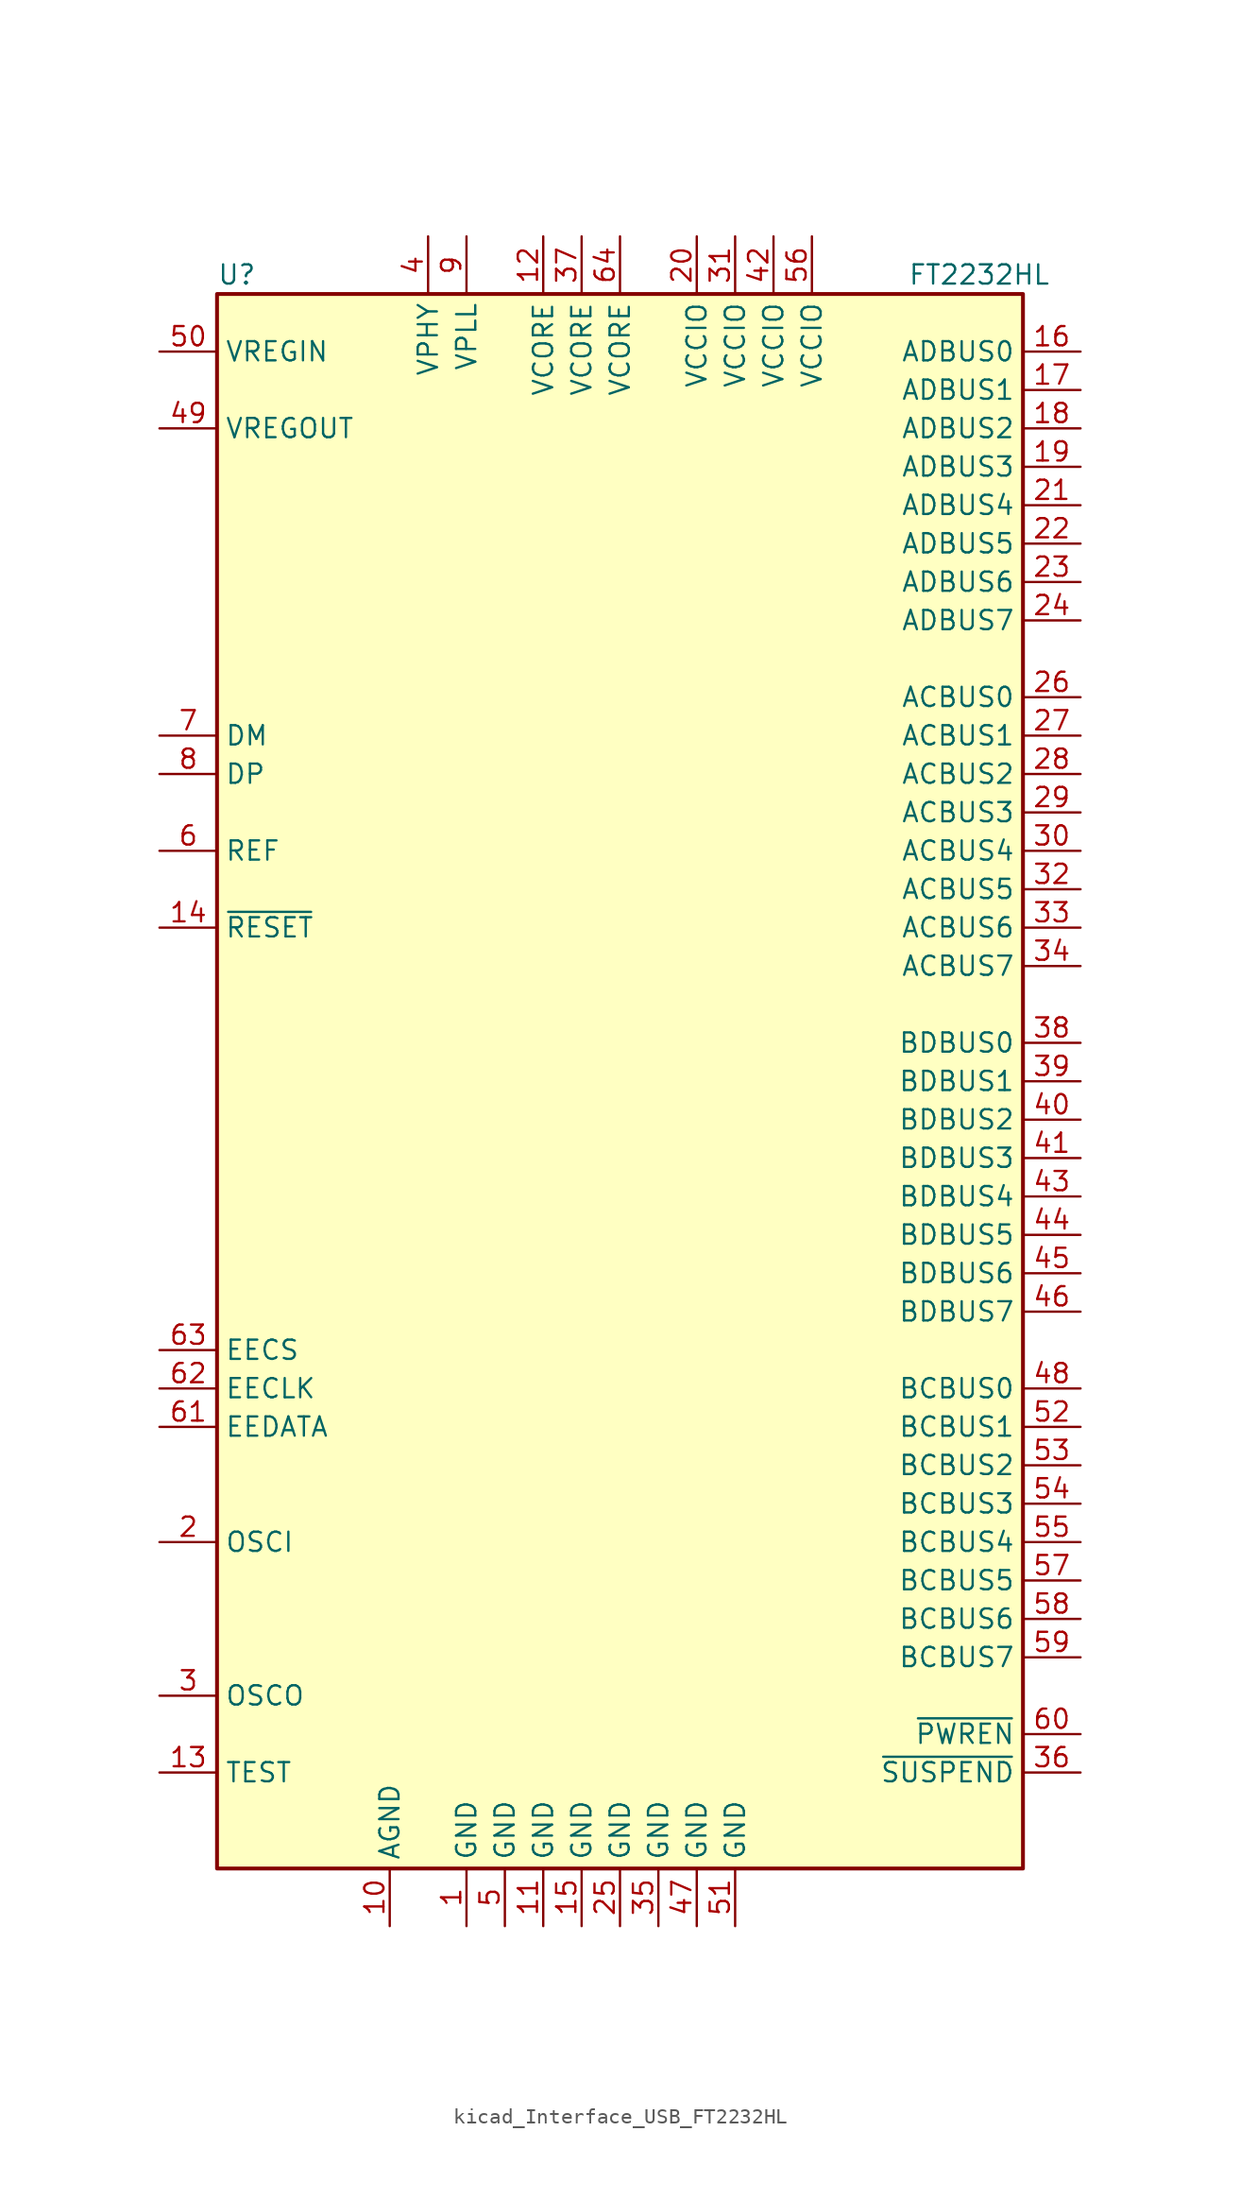
<source format=kicad_sym>
(kicad_symbol_lib
  (version 20220914)
  (generator kicad_symbol_editor)
  (symbol "kicad_Interface_USB_FT2232HL"
    (property "Reference" "U"
      (at -26.67 53.34 0)
      (effects (font (size 1.27 1.27)) (justify left)))
    (property "Value" "FT2232HL"
      (at 19.05 53.34 0)
      (effects (font (size 1.27 1.27)) (justify left)))
    (symbol "kicad_Interface_USB_FT2232HL_0_1"
      (rectangle (start -26.67 -52.07) (end 26.67 52.07) (stroke (width 0.254) (type default)) (fill (type background))))
    (symbol "kicad_Interface_USB_FT2232HL_1_1"
      (pin power_in line (at -10.16 -55.88 90) (length 3.81) (name "GND" (effects (font (size 1.27 1.27)))) (number "1" (effects (font (size 1.27 1.27)))))
      (pin power_in line (at -15.24 -55.88 90) (length 3.81) (name "AGND" (effects (font (size 1.27 1.27)))) (number "10" (effects (font (size 1.27 1.27)))))
      (pin power_in line (at -5.08 -55.88 90) (length 3.81) (name "GND" (effects (font (size 1.27 1.27)))) (number "11" (effects (font (size 1.27 1.27)))))
      (pin power_in line (at -5.08 55.88 270) (length 3.81) (name "VCORE" (effects (font (size 1.27 1.27)))) (number "12" (effects (font (size 1.27 1.27)))))
      (pin input line (at -30.48 -45.72 0) (length 3.81) (name "TEST" (effects (font (size 1.27 1.27)))) (number "13" (effects (font (size 1.27 1.27)))))
      (pin input line (at -30.48 10.16 0) (length 3.81) (name "~{RESET}" (effects (font (size 1.27 1.27)))) (number "14" (effects (font (size 1.27 1.27)))))
      (pin power_in line (at -2.54 -55.88 90) (length 3.81) (name "GND" (effects (font (size 1.27 1.27)))) (number "15" (effects (font (size 1.27 1.27)))))
      (pin bidirectional line (at 30.48 48.26 180) (length 3.81) (name "ADBUS0" (effects (font (size 1.27 1.27)))) (number "16" (effects (font (size 1.27 1.27)))))
      (pin bidirectional line (at 30.48 45.72 180) (length 3.81) (name "ADBUS1" (effects (font (size 1.27 1.27)))) (number "17" (effects (font (size 1.27 1.27)))))
      (pin bidirectional line (at 30.48 43.18 180) (length 3.81) (name "ADBUS2" (effects (font (size 1.27 1.27)))) (number "18" (effects (font (size 1.27 1.27)))))
      (pin bidirectional line (at 30.48 40.64 180) (length 3.81) (name "ADBUS3" (effects (font (size 1.27 1.27)))) (number "19" (effects (font (size 1.27 1.27)))))
      (pin input line (at -30.48 -30.48 0) (length 3.81) (name "OSCI" (effects (font (size 1.27 1.27)))) (number "2" (effects (font (size 1.27 1.27)))))
      (pin power_in line (at 5.08 55.88 270) (length 3.81) (name "VCCIO" (effects (font (size 1.27 1.27)))) (number "20" (effects (font (size 1.27 1.27)))))
      (pin bidirectional line (at 30.48 38.1 180) (length 3.81) (name "ADBUS4" (effects (font (size 1.27 1.27)))) (number "21" (effects (font (size 1.27 1.27)))))
      (pin bidirectional line (at 30.48 35.56 180) (length 3.81) (name "ADBUS5" (effects (font (size 1.27 1.27)))) (number "22" (effects (font (size 1.27 1.27)))))
      (pin bidirectional line (at 30.48 33.02 180) (length 3.81) (name "ADBUS6" (effects (font (size 1.27 1.27)))) (number "23" (effects (font (size 1.27 1.27)))))
      (pin bidirectional line (at 30.48 30.48 180) (length 3.81) (name "ADBUS7" (effects (font (size 1.27 1.27)))) (number "24" (effects (font (size 1.27 1.27)))))
      (pin power_in line (at 0 -55.88 90) (length 3.81) (name "GND" (effects (font (size 1.27 1.27)))) (number "25" (effects (font (size 1.27 1.27)))))
      (pin bidirectional line (at 30.48 25.4 180) (length 3.81) (name "ACBUS0" (effects (font (size 1.27 1.27)))) (number "26" (effects (font (size 1.27 1.27)))))
      (pin bidirectional line (at 30.48 22.86 180) (length 3.81) (name "ACBUS1" (effects (font (size 1.27 1.27)))) (number "27" (effects (font (size 1.27 1.27)))))
      (pin bidirectional line (at 30.48 20.32 180) (length 3.81) (name "ACBUS2" (effects (font (size 1.27 1.27)))) (number "28" (effects (font (size 1.27 1.27)))))
      (pin bidirectional line (at 30.48 17.78 180) (length 3.81) (name "ACBUS3" (effects (font (size 1.27 1.27)))) (number "29" (effects (font (size 1.27 1.27)))))
      (pin output line (at -30.48 -40.64 0) (length 3.81) (name "OSCO" (effects (font (size 1.27 1.27)))) (number "3" (effects (font (size 1.27 1.27)))))
      (pin bidirectional line (at 30.48 15.24 180) (length 3.81) (name "ACBUS4" (effects (font (size 1.27 1.27)))) (number "30" (effects (font (size 1.27 1.27)))))
      (pin power_in line (at 7.62 55.88 270) (length 3.81) (name "VCCIO" (effects (font (size 1.27 1.27)))) (number "31" (effects (font (size 1.27 1.27)))))
      (pin bidirectional line (at 30.48 12.7 180) (length 3.81) (name "ACBUS5" (effects (font (size 1.27 1.27)))) (number "32" (effects (font (size 1.27 1.27)))))
      (pin bidirectional line (at 30.48 10.16 180) (length 3.81) (name "ACBUS6" (effects (font (size 1.27 1.27)))) (number "33" (effects (font (size 1.27 1.27)))))
      (pin bidirectional line (at 30.48 7.62 180) (length 3.81) (name "ACBUS7" (effects (font (size 1.27 1.27)))) (number "34" (effects (font (size 1.27 1.27)))))
      (pin power_in line (at 2.54 -55.88 90) (length 3.81) (name "GND" (effects (font (size 1.27 1.27)))) (number "35" (effects (font (size 1.27 1.27)))))
      (pin output line (at 30.48 -45.72 180) (length 3.81) (name "~{SUSPEND}" (effects (font (size 1.27 1.27)))) (number "36" (effects (font (size 1.27 1.27)))))
      (pin power_in line (at -2.54 55.88 270) (length 3.81) (name "VCORE" (effects (font (size 1.27 1.27)))) (number "37" (effects (font (size 1.27 1.27)))))
      (pin bidirectional line (at 30.48 2.54 180) (length 3.81) (name "BDBUS0" (effects (font (size 1.27 1.27)))) (number "38" (effects (font (size 1.27 1.27)))))
      (pin bidirectional line (at 30.48 0 180) (length 3.81) (name "BDBUS1" (effects (font (size 1.27 1.27)))) (number "39" (effects (font (size 1.27 1.27)))))
      (pin power_in line (at -12.7 55.88 270) (length 3.81) (name "VPHY" (effects (font (size 1.27 1.27)))) (number "4" (effects (font (size 1.27 1.27)))))
      (pin bidirectional line (at 30.48 -2.54 180) (length 3.81) (name "BDBUS2" (effects (font (size 1.27 1.27)))) (number "40" (effects (font (size 1.27 1.27)))))
      (pin bidirectional line (at 30.48 -5.08 180) (length 3.81) (name "BDBUS3" (effects (font (size 1.27 1.27)))) (number "41" (effects (font (size 1.27 1.27)))))
      (pin power_in line (at 10.16 55.88 270) (length 3.81) (name "VCCIO" (effects (font (size 1.27 1.27)))) (number "42" (effects (font (size 1.27 1.27)))))
      (pin bidirectional line (at 30.48 -7.62 180) (length 3.81) (name "BDBUS4" (effects (font (size 1.27 1.27)))) (number "43" (effects (font (size 1.27 1.27)))))
      (pin bidirectional line (at 30.48 -10.16 180) (length 3.81) (name "BDBUS5" (effects (font (size 1.27 1.27)))) (number "44" (effects (font (size 1.27 1.27)))))
      (pin bidirectional line (at 30.48 -12.7 180) (length 3.81) (name "BDBUS6" (effects (font (size 1.27 1.27)))) (number "45" (effects (font (size 1.27 1.27)))))
      (pin bidirectional line (at 30.48 -15.24 180) (length 3.81) (name "BDBUS7" (effects (font (size 1.27 1.27)))) (number "46" (effects (font (size 1.27 1.27)))))
      (pin power_in line (at 5.08 -55.88 90) (length 3.81) (name "GND" (effects (font (size 1.27 1.27)))) (number "47" (effects (font (size 1.27 1.27)))))
      (pin bidirectional line (at 30.48 -20.32 180) (length 3.81) (name "BCBUS0" (effects (font (size 1.27 1.27)))) (number "48" (effects (font (size 1.27 1.27)))))
      (pin power_out line (at -30.48 43.18 0) (length 3.81) (name "VREGOUT" (effects (font (size 1.27 1.27)))) (number "49" (effects (font (size 1.27 1.27)))))
      (pin power_in line (at -7.62 -55.88 90) (length 3.81) (name "GND" (effects (font (size 1.27 1.27)))) (number "5" (effects (font (size 1.27 1.27)))))
      (pin power_in line (at -30.48 48.26 0) (length 3.81) (name "VREGIN" (effects (font (size 1.27 1.27)))) (number "50" (effects (font (size 1.27 1.27)))))
      (pin power_in line (at 7.62 -55.88 90) (length 3.81) (name "GND" (effects (font (size 1.27 1.27)))) (number "51" (effects (font (size 1.27 1.27)))))
      (pin bidirectional line (at 30.48 -22.86 180) (length 3.81) (name "BCBUS1" (effects (font (size 1.27 1.27)))) (number "52" (effects (font (size 1.27 1.27)))))
      (pin bidirectional line (at 30.48 -25.4 180) (length 3.81) (name "BCBUS2" (effects (font (size 1.27 1.27)))) (number "53" (effects (font (size 1.27 1.27)))))
      (pin bidirectional line (at 30.48 -27.94 180) (length 3.81) (name "BCBUS3" (effects (font (size 1.27 1.27)))) (number "54" (effects (font (size 1.27 1.27)))))
      (pin bidirectional line (at 30.48 -30.48 180) (length 3.81) (name "BCBUS4" (effects (font (size 1.27 1.27)))) (number "55" (effects (font (size 1.27 1.27)))))
      (pin power_in line (at 12.7 55.88 270) (length 3.81) (name "VCCIO" (effects (font (size 1.27 1.27)))) (number "56" (effects (font (size 1.27 1.27)))))
      (pin bidirectional line (at 30.48 -33.02 180) (length 3.81) (name "BCBUS5" (effects (font (size 1.27 1.27)))) (number "57" (effects (font (size 1.27 1.27)))))
      (pin bidirectional line (at 30.48 -35.56 180) (length 3.81) (name "BCBUS6" (effects (font (size 1.27 1.27)))) (number "58" (effects (font (size 1.27 1.27)))))
      (pin bidirectional line (at 30.48 -38.1 180) (length 3.81) (name "BCBUS7" (effects (font (size 1.27 1.27)))) (number "59" (effects (font (size 1.27 1.27)))))
      (pin output line (at -30.48 15.24 0) (length 3.81) (name "REF" (effects (font (size 1.27 1.27)))) (number "6" (effects (font (size 1.27 1.27)))))
      (pin output line (at 30.48 -43.18 180) (length 3.81) (name "~{PWREN}" (effects (font (size 1.27 1.27)))) (number "60" (effects (font (size 1.27 1.27)))))
      (pin bidirectional line (at -30.48 -22.86 0) (length 3.81) (name "EEDATA" (effects (font (size 1.27 1.27)))) (number "61" (effects (font (size 1.27 1.27)))))
      (pin output line (at -30.48 -20.32 0) (length 3.81) (name "EECLK" (effects (font (size 1.27 1.27)))) (number "62" (effects (font (size 1.27 1.27)))))
      (pin output line (at -30.48 -17.78 0) (length 3.81) (name "EECS" (effects (font (size 1.27 1.27)))) (number "63" (effects (font (size 1.27 1.27)))))
      (pin power_in line (at 0 55.88 270) (length 3.81) (name "VCORE" (effects (font (size 1.27 1.27)))) (number "64" (effects (font (size 1.27 1.27)))))
      (pin bidirectional line (at -30.48 22.86 0) (length 3.81) (name "DM" (effects (font (size 1.27 1.27)))) (number "7" (effects (font (size 1.27 1.27)))))
      (pin bidirectional line (at -30.48 20.32 0) (length 3.81) (name "DP" (effects (font (size 1.27 1.27)))) (number "8" (effects (font (size 1.27 1.27)))))
      (pin input line (at -10.16 55.88 270) (length 3.81) (name "VPLL" (effects (font (size 1.27 1.27)))) (number "9" (effects (font (size 1.27 1.27))))))))
</source>
